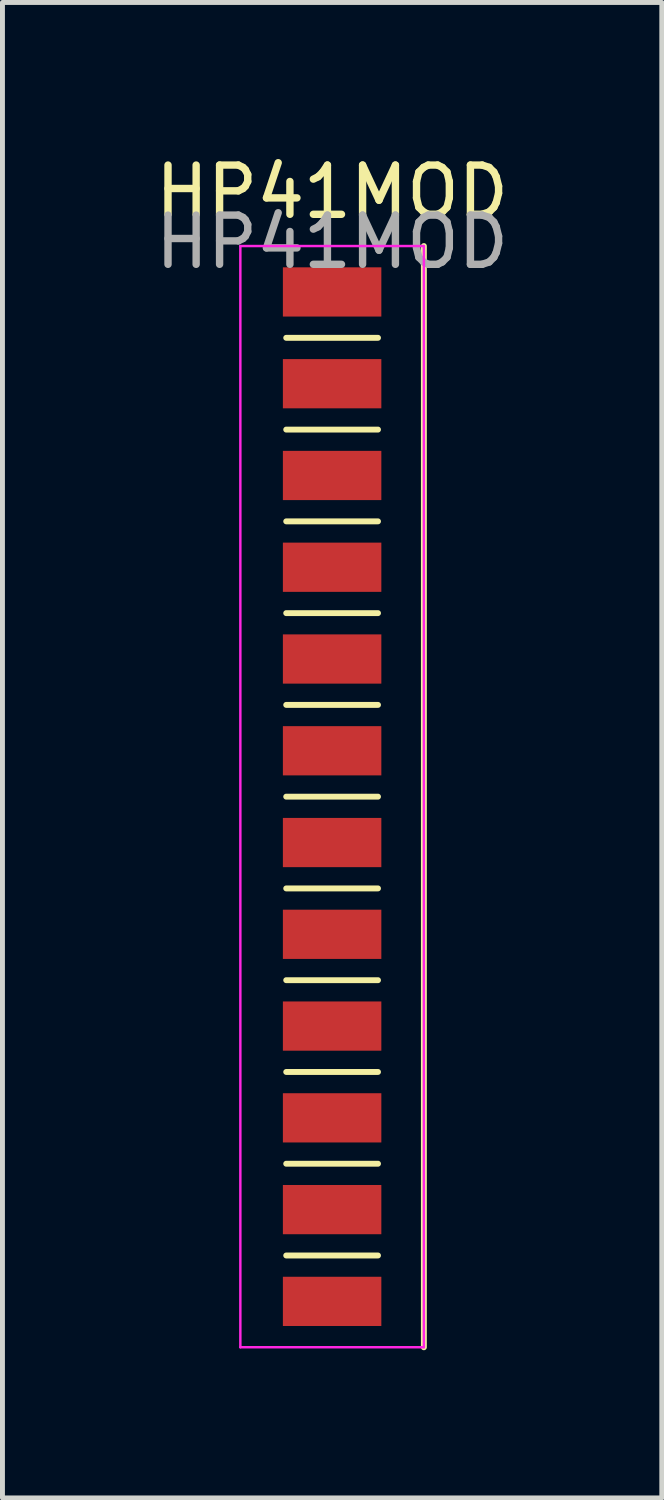
<source format=kicad_pcb>
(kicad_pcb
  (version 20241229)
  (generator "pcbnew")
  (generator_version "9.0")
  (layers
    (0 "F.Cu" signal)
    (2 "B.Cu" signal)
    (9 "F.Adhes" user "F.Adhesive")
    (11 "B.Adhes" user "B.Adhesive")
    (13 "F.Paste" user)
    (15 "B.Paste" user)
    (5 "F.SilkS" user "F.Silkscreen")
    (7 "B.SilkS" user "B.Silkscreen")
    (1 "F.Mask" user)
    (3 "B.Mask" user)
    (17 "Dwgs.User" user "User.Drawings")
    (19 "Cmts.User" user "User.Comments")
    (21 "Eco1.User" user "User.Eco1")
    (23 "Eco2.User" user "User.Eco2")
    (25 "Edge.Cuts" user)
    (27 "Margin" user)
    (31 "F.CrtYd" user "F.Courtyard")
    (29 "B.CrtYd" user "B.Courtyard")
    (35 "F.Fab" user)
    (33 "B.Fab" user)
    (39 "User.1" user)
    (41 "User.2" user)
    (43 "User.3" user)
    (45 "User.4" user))
  (footprint "HP41MOD"
    (layer "F.Cu")
    (at 3.696 2.88)
    (property "Reference" "HP41MOD" (at 0 -2.032 0) (unlocked yes) (layer "F.SilkS") (effects (font (size 1 1) (thickness 0.15))))
    (attr smd)
    (fp_line (start -0.932 0.932) (end 0.932 0.932) (stroke (width 0.12) (type solid)) (layer "F.SilkS"))
    (fp_line (start -0.932 2.796) (end 0.932 2.796) (stroke (width 0.12) (type solid)) (layer "F.SilkS"))
    (fp_line (start -0.932 4.66) (end 0.932 4.66) (stroke (width 0.12) (type solid)) (layer "F.SilkS"))
    (fp_line (start -0.932 6.524) (end 0.932 6.524) (stroke (width 0.12) (type solid)) (layer "F.SilkS"))
    (fp_line (start -0.932 8.388) (end 0.932 8.388) (stroke (width 0.12) (type solid)) (layer "F.SilkS"))
    (fp_line (start -0.932 10.252) (end 0.932 10.252) (stroke (width 0.12) (type solid)) (layer "F.SilkS"))
    (fp_line (start -0.932 12.116) (end 0.932 12.116) (stroke (width 0.12) (type solid)) (layer "F.SilkS"))
    (fp_line (start -0.932 13.98) (end 0.932 13.98) (stroke (width 0.12) (type solid)) (layer "F.SilkS"))
    (fp_line (start -0.932 15.844) (end 0.932 15.844) (stroke (width 0.12) (type solid)) (layer "F.SilkS"))
    (fp_line (start -0.932 17.708) (end 0.932 17.708) (stroke (width 0.12) (type solid)) (layer "F.SilkS"))
    (fp_line (start -0.932 19.572) (end 0.932 19.572) (stroke (width 0.12) (type solid)) (layer "F.SilkS"))
    (fp_line (start 1.864 -0.932) (end 1.864 21.436) (stroke (width 0.12) (type solid)) (layer "F.SilkS"))
    (fp_line (start -1.864 -0.932) (end -1.864 21.436) (stroke (width 0.05) (type solid)) (layer "F.CrtYd"))
    (fp_line (start -1.864 -0.932) (end 1.864 -0.932) (stroke (width 0.05) (type solid)) (layer "F.CrtYd"))
    (fp_line (start 1.864 -0.932) (end 1.864 21.436) (stroke (width 0.05) (type solid)) (layer "F.CrtYd"))
    (fp_line (start 1.864 21.436) (end -1.864 21.436) (stroke (width 0.05) (type solid)) (layer "F.CrtYd"))
    (fp_text user "${REFERENCE}" (at 0 -1.016 0) (unlocked yes) (layer "F.Fab") (effects (font (size 1 1) (thickness 0.15))))
    (pad "1" smd rect (at 0 0 90) (size 1 2) (layers "F.Cu" "F.Mask"))
    (pad "2" smd rect (at 0 3.728 90) (size 1 2) (layers "F.Cu" "F.Mask"))
    (pad "3" smd rect (at 0 7.456 90) (size 1 2) (layers "F.Cu" "F.Mask"))
    (pad "4" smd rect (at 0 11.184 90) (size 1 2) (layers "F.Cu" "F.Mask"))
    (pad "5" smd rect (at 0 14.912 90) (size 1 2) (layers "F.Cu" "F.Mask"))
    (pad "6" smd rect (at 0 18.64 90) (size 1 2) (layers "F.Cu" "F.Mask"))
    (pad "7" smd rect (at 0 20.504 90) (size 1 2) (layers "F.Cu" "F.Mask"))
    (pad "8" smd rect (at 0 16.776 90) (size 1 2) (layers "F.Cu" "F.Mask"))
    (pad "9" smd rect (at 0 13.048 90) (size 1 2) (layers "F.Cu" "F.Mask"))
    (pad "10" smd rect (at 0 9.32 90) (size 1 2) (layers "F.Cu" "F.Mask"))
    (pad "11" smd rect (at 0 5.592 90) (size 1 2) (layers "F.Cu" "F.Mask"))
    (pad "12" smd rect (at 0 1.864 90) (size 1 2) (layers "F.Cu" "F.Mask")))
  (gr_rect
    (start -3 -3)
    (end 10.393 27.376)
    (stroke (width 0.1) (type default))
    (fill no)
    (layer "Edge.Cuts")))
</source>
